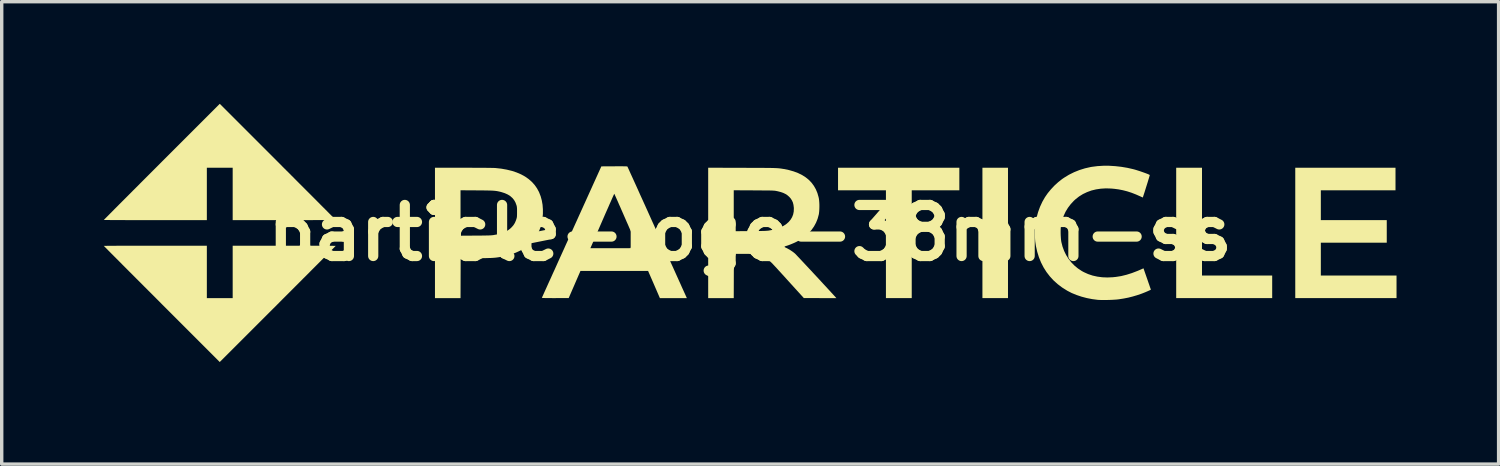
<source format=kicad_pcb>
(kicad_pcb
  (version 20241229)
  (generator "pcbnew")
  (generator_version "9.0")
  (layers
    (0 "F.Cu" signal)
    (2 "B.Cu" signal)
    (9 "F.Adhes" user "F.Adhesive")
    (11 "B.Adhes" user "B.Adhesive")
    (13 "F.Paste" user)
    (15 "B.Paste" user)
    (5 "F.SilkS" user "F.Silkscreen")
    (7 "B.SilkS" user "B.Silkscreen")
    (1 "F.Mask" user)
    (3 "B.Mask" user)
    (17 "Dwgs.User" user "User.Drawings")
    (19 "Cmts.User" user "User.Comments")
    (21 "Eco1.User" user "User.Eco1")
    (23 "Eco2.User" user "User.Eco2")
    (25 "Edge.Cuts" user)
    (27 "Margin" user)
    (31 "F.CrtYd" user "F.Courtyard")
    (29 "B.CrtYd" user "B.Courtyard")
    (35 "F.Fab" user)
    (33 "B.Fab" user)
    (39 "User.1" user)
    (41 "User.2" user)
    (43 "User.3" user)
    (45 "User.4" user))
  (footprint "particle-logo-38mm-ss"
    (layer "F.Cu")
    (at 18.986 3.793)
    (property "Reference" "particle-logo-38mm-ss" (at 0 0 0) (layer "F.SilkS") (effects (font (size 1.5 1.5) (thickness 0.3))))
    (attr board_only exclude_from_pos_files exclude_from_bom)
    (fp_poly (pts (xy 7.578 0) (xy 7.578 1.915) (xy 7.202 1.915) (xy 6.827 1.915) (xy 6.827 0) (xy 6.827 -1.915) (xy 7.202 -1.915) (xy 7.578 -1.915)) (stroke (width 0) (type solid)) (fill yes) (layer "F.SilkS"))
    (fp_poly (pts (xy 13.278 -0.331) (xy 13.278 1.252) (xy 14.309 1.252) (xy 15.34 1.252) (xy 15.34 1.583) (xy 15.34 1.915) (xy 13.93 1.915) (xy 12.52 1.915) (xy 12.52 0) (xy 12.52 -1.915) (xy 12.899 -1.915) (xy 13.278 -1.915)) (stroke (width 0) (type solid)) (fill yes) (layer "F.SilkS"))
    (fp_poly (pts (xy 6.149 -1.583) (xy 6.149 -1.252) (xy 5.45 -1.252) (xy 4.75 -1.252) (xy 4.75 0.331) (xy 4.75 1.915) (xy 4.371 1.915) (xy 3.992 1.915) (xy 3.992 0.331) (xy 3.992 -1.252) (xy 3.288 -1.252) (xy 2.585 -1.252) (xy 2.585 -1.583) (xy 2.585 -1.915) (xy 4.367 -1.915) (xy 6.149 -1.915)) (stroke (width 0) (type solid)) (fill yes) (layer "F.SilkS"))
    (fp_poly (pts (xy 18.963 -1.583) (xy 18.963 -1.252) (xy 17.866 -1.252) (xy 16.769 -1.252) (xy 16.769 -0.814) (xy 16.769 -0.376) (xy 17.737 -0.376) (xy 18.706 -0.376) (xy 18.706 -0.044) (xy 18.706 0.287) (xy 17.737 0.287) (xy 16.769 0.287) (xy 16.769 0.77) (xy 16.769 1.252) (xy 17.881 1.252) (xy 18.993 1.252) (xy 18.993 1.583) (xy 18.993 1.915) (xy 17.505 1.915) (xy 16.018 1.915) (xy 16.018 0) (xy 16.018 -1.915) (xy 17.491 -1.915) (xy 18.963 -1.915)) (stroke (width 0) (type solid)) (fill yes) (layer "F.SilkS"))
    (fp_poly (pts (xy -15.959 1.145) (xy -15.959 1.915) (xy -15.58 1.915) (xy -15.2 1.915) (xy -15.2 1.145) (xy -15.2 0.376) (xy -13.687 0.376) (xy -13.539 0.376) (xy -13.394 0.376) (xy -13.255 0.376) (xy -13.121 0.376) (xy -12.992 0.376) (xy -12.871 0.376) (xy -12.757 0.377) (xy -12.651 0.377) (xy -12.554 0.377) (xy -12.466 0.378) (xy -12.388 0.378) (xy -12.322 0.379) (xy -12.266 0.379) (xy -12.223 0.38) (xy -12.193 0.38) (xy -12.177 0.381) (xy -12.173 0.381) (xy -12.179 0.387) (xy -12.194 0.402) (xy -12.219 0.428) (xy -12.253 0.462) (xy -12.296 0.505) (xy -12.347 0.557) (xy -12.407 0.617) (xy -12.474 0.685) (xy -12.549 0.76) (xy -12.63 0.842) (xy -12.718 0.93) (xy -12.812 1.024) (xy -12.913 1.125) (xy -13.018 1.231) (xy -13.129 1.341) (xy -13.244 1.457) (xy -13.363 1.576) (xy -13.486 1.699) (xy -13.613 1.826) (xy -13.743 1.956) (xy -13.875 2.089) (xy -13.876 2.09) (xy -15.58 3.793) (xy -17.283 2.09) (xy -17.415 1.957) (xy -17.545 1.827) (xy -17.672 1.7) (xy -17.795 1.577) (xy -17.914 1.457) (xy -18.03 1.342) (xy -18.14 1.231) (xy -18.246 1.126) (xy -18.346 1.025) (xy -18.44 0.931) (xy -18.528 0.842) (xy -18.61 0.76) (xy -18.685 0.685) (xy -18.752 0.618) (xy -18.811 0.558) (xy -18.863 0.506) (xy -18.906 0.462) (xy -18.94 0.428) (xy -18.965 0.402) (xy -18.98 0.387) (xy -18.986 0.381) (xy -18.986 0.381) (xy -18.978 0.381) (xy -18.957 0.38) (xy -18.922 0.38) (xy -18.875 0.379) (xy -18.816 0.379) (xy -18.745 0.378) (xy -18.664 0.378) (xy -18.573 0.377) (xy -18.473 0.377) (xy -18.364 0.377) (xy -18.247 0.376) (xy -18.123 0.376) (xy -17.993 0.376) (xy -17.857 0.376) (xy -17.715 0.376) (xy -17.57 0.376) (xy -17.472 0.376) (xy -15.959 0.376)) (stroke (width 0) (type solid)) (fill yes) (layer "F.SilkS"))
    (fp_poly (pts (xy -13.876 -2.09) (xy -13.744 -1.957) (xy -13.614 -1.827) (xy -13.487 -1.7) (xy -13.364 -1.577) (xy -13.245 -1.457) (xy -13.129 -1.342) (xy -13.019 -1.231) (xy -12.913 -1.126) (xy -12.813 -1.025) (xy -12.719 -0.931) (xy -12.631 -0.842) (xy -12.549 -0.76) (xy -12.474 -0.685) (xy -12.407 -0.618) (xy -12.348 -0.558) (xy -12.296 -0.506) (xy -12.253 -0.462) (xy -12.219 -0.428) (xy -12.194 -0.402) (xy -12.179 -0.387) (xy -12.173 -0.381) (xy -12.173 -0.381) (xy -12.181 -0.381) (xy -12.202 -0.38) (xy -12.237 -0.38) (xy -12.284 -0.379) (xy -12.343 -0.379) (xy -12.414 -0.378) (xy -12.495 -0.378) (xy -12.586 -0.377) (xy -12.686 -0.377) (xy -12.795 -0.377) (xy -12.912 -0.376) (xy -13.036 -0.376) (xy -13.166 -0.376) (xy -13.302 -0.376) (xy -13.444 -0.376) (xy -13.589 -0.376) (xy -13.687 -0.376) (xy -15.2 -0.376) (xy -15.2 -1.145) (xy -15.2 -1.915) (xy -15.58 -1.915) (xy -15.959 -1.915) (xy -15.959 -1.145) (xy -15.959 -0.376) (xy -17.472 -0.376) (xy -17.62 -0.376) (xy -17.765 -0.376) (xy -17.904 -0.376) (xy -18.038 -0.376) (xy -18.167 -0.376) (xy -18.288 -0.376) (xy -18.402 -0.377) (xy -18.508 -0.377) (xy -18.605 -0.377) (xy -18.693 -0.378) (xy -18.771 -0.378) (xy -18.837 -0.379) (xy -18.893 -0.379) (xy -18.936 -0.38) (xy -18.966 -0.38) (xy -18.982 -0.381) (xy -18.986 -0.381) (xy -18.98 -0.387) (xy -18.965 -0.402) (xy -18.94 -0.428) (xy -18.906 -0.462) (xy -18.863 -0.505) (xy -18.812 -0.557) (xy -18.752 -0.617) (xy -18.685 -0.685) (xy -18.61 -0.76) (xy -18.529 -0.842) (xy -18.441 -0.93) (xy -18.347 -1.024) (xy -18.246 -1.125) (xy -18.141 -1.231) (xy -18.03 -1.341) (xy -17.915 -1.457) (xy -17.796 -1.576) (xy -17.673 -1.699) (xy -17.546 -1.826) (xy -17.416 -1.956) (xy -17.284 -2.089) (xy -17.283 -2.09) (xy -15.579 -3.793)) (stroke (width 0) (type solid)) (fill yes) (layer "F.SilkS"))
    (fp_poly (pts (xy -8.279 -1.915) (xy -8.148 -1.914) (xy -8.028 -1.914) (xy -7.918 -1.914) (xy -7.819 -1.913) (xy -7.731 -1.912) (xy -7.655 -1.911) (xy -7.592 -1.91) (xy -7.542 -1.909) (xy -7.505 -1.908) (xy -7.485 -1.907) (xy -7.31 -1.888) (xy -7.147 -1.859) (xy -6.995 -1.822) (xy -6.855 -1.775) (xy -6.727 -1.72) (xy -6.61 -1.656) (xy -6.505 -1.582) (xy -6.411 -1.5) (xy -6.329 -1.409) (xy -6.259 -1.309) (xy -6.2 -1.2) (xy -6.154 -1.082) (xy -6.153 -1.081) (xy -6.119 -0.957) (xy -6.096 -0.827) (xy -6.086 -0.693) (xy -6.086 -0.558) (xy -6.098 -0.424) (xy -6.121 -0.293) (xy -6.155 -0.167) (xy -6.201 -0.048) (xy -6.212 -0.023) (xy -6.27 0.082) (xy -6.341 0.183) (xy -6.424 0.277) (xy -6.518 0.363) (xy -6.621 0.441) (xy -6.714 0.499) (xy -6.811 0.548) (xy -6.919 0.594) (xy -7.035 0.634) (xy -7.155 0.668) (xy -7.277 0.696) (xy -7.317 0.703) (xy -7.359 0.71) (xy -7.397 0.716) (xy -7.434 0.721) (xy -7.47 0.726) (xy -7.506 0.729) (xy -7.546 0.732) (xy -7.589 0.735) (xy -7.637 0.737) (xy -7.693 0.738) (xy -7.757 0.74) (xy -7.831 0.741) (xy -7.916 0.742) (xy -8.014 0.743) (xy -8.038 0.743) (xy -8.502 0.747) (xy -8.504 1.331) (xy -8.506 1.915) (xy -8.882 1.915) (xy -9.257 1.915) (xy -9.257 0) (xy -9.257 -1.253) (xy -8.506 -1.253) (xy -8.506 -0.585) (xy -8.506 0.082) (xy -8.062 0.079) (xy -7.969 0.078) (xy -7.889 0.078) (xy -7.821 0.077) (xy -7.763 0.076) (xy -7.715 0.075) (xy -7.675 0.074) (xy -7.641 0.073) (xy -7.612 0.071) (xy -7.588 0.069) (xy -7.565 0.067) (xy -7.544 0.064) (xy -7.523 0.061) (xy -7.521 0.06) (xy -7.41 0.04) (xy -7.313 0.014) (xy -7.227 -0.017) (xy -7.151 -0.054) (xy -7.083 -0.097) (xy -7.022 -0.149) (xy -6.995 -0.176) (xy -6.948 -0.232) (xy -6.911 -0.291) (xy -6.882 -0.357) (xy -6.866 -0.402) (xy -6.859 -0.426) (xy -6.854 -0.446) (xy -6.85 -0.467) (xy -6.848 -0.491) (xy -6.847 -0.52) (xy -6.846 -0.558) (xy -6.846 -0.608) (xy -6.846 -0.611) (xy -6.846 -0.663) (xy -6.846 -0.702) (xy -6.848 -0.733) (xy -6.85 -0.757) (xy -6.853 -0.778) (xy -6.858 -0.799) (xy -6.862 -0.813) (xy -6.892 -0.894) (xy -6.932 -0.965) (xy -6.983 -1.027) (xy -7.045 -1.082) (xy -7.118 -1.128) (xy -7.204 -1.167) (xy -7.303 -1.199) (xy -7.341 -1.209) (xy -7.372 -1.216) (xy -7.401 -1.222) (xy -7.43 -1.228) (xy -7.459 -1.232) (xy -7.49 -1.236) (xy -7.524 -1.239) (xy -7.563 -1.242) (xy -7.608 -1.244) (xy -7.66 -1.245) (xy -7.721 -1.247) (xy -7.792 -1.248) (xy -7.873 -1.249) (xy -7.968 -1.249) (xy -8.033 -1.25) (xy -8.506 -1.253) (xy -9.257 -1.253) (xy -9.257 -1.915) (xy -8.418 -1.915)) (stroke (width 0) (type solid)) (fill yes) (layer "F.SilkS"))
    (fp_poly (pts (xy -3.765 -1.958) (xy -3.715 -1.957) (xy -3.675 -1.957) (xy -3.646 -1.956) (xy -3.625 -1.954) (xy -3.611 -1.953) (xy -3.604 -1.951) (xy -3.603 -1.95) (xy -3.6 -1.942) (xy -3.59 -1.922) (xy -3.575 -1.889) (xy -3.555 -1.845) (xy -3.53 -1.789) (xy -3.5 -1.723) (xy -3.465 -1.647) (xy -3.426 -1.561) (xy -3.383 -1.466) (xy -3.336 -1.363) (xy -3.286 -1.252) (xy -3.233 -1.133) (xy -3.176 -1.008) (xy -3.116 -0.876) (xy -3.054 -0.739) (xy -2.99 -0.597) (xy -2.924 -0.45) (xy -2.856 -0.299) (xy -2.789 -0.151) (xy -2.719 0.005) (xy -2.65 0.158) (xy -2.582 0.308) (xy -2.516 0.455) (xy -2.452 0.597) (xy -2.39 0.733) (xy -2.331 0.865) (xy -2.274 0.99) (xy -2.221 1.108) (xy -2.171 1.219) (xy -2.125 1.321) (xy -2.083 1.415) (xy -2.044 1.5) (xy -2.011 1.575) (xy -1.982 1.639) (xy -1.958 1.692) (xy -1.939 1.733) (xy -1.926 1.763) (xy -1.919 1.777) (xy -1.857 1.915) (xy -2.253 1.915) (xy -2.649 1.915) (xy -2.822 1.515) (xy -2.996 1.116) (xy -3.989 1.116) (xy -4.982 1.116) (xy -5.155 1.515) (xy -5.328 1.914) (xy -5.724 1.915) (xy -5.811 1.915) (xy -5.885 1.914) (xy -5.947 1.914) (xy -5.996 1.914) (xy -6.036 1.913) (xy -6.066 1.912) (xy -6.088 1.911) (xy -6.103 1.91) (xy -6.111 1.908) (xy -6.115 1.906) (xy -6.115 1.904) (xy -6.112 1.897) (xy -6.103 1.876) (xy -6.088 1.844) (xy -6.068 1.799) (xy -6.043 1.743) (xy -6.013 1.677) (xy -5.978 1.6) (xy -5.939 1.513) (xy -5.896 1.418) (xy -5.848 1.314) (xy -5.798 1.201) (xy -5.743 1.082) (xy -5.686 0.955) (xy -5.626 0.821) (xy -5.563 0.682) (xy -5.497 0.537) (xy -5.457 0.449) (xy -4.691 0.449) (xy -3.991 0.449) (xy -3.891 0.449) (xy -3.795 0.449) (xy -3.705 0.449) (xy -3.621 0.448) (xy -3.544 0.448) (xy -3.475 0.447) (xy -3.416 0.447) (xy -3.367 0.446) (xy -3.33 0.445) (xy -3.304 0.445) (xy -3.293 0.444) (xy -3.292 0.444) (xy -3.295 0.436) (xy -3.303 0.415) (xy -3.317 0.383) (xy -3.334 0.341) (xy -3.357 0.29) (xy -3.382 0.23) (xy -3.411 0.163) (xy -3.443 0.09) (xy -3.477 0.011) (xy -3.513 -0.072) (xy -3.551 -0.158) (xy -3.589 -0.247) (xy -3.629 -0.336) (xy -3.668 -0.426) (xy -3.707 -0.515) (xy -3.745 -0.602) (xy -3.782 -0.686) (xy -3.817 -0.767) (xy -3.851 -0.842) (xy -3.881 -0.912) (xy -3.909 -0.974) (xy -3.933 -1.029) (xy -3.954 -1.075) (xy -3.97 -1.111) (xy -3.982 -1.136) (xy -3.988 -1.148) (xy -3.989 -1.15) (xy -3.993 -1.143) (xy -4.002 -1.124) (xy -4.017 -1.092) (xy -4.037 -1.047) (xy -4.062 -0.991) (xy -4.091 -0.924) (xy -4.126 -0.847) (xy -4.164 -0.759) (xy -4.207 -0.662) (xy -4.254 -0.556) (xy -4.304 -0.441) (xy -4.358 -0.317) (xy -4.415 -0.186) (xy -4.475 -0.048) (xy -4.538 0.097) (xy -4.603 0.248) (xy -4.671 0.403) (xy -4.691 0.449) (xy -5.457 0.449) (xy -5.43 0.388) (xy -5.36 0.234) (xy -5.289 0.076) (xy -5.24 -0.031) (xy -4.369 -1.955) (xy -3.99 -1.957) (xy -3.901 -1.958) (xy -3.827 -1.958)) (stroke (width 0) (type solid)) (fill yes) (layer "F.SilkS"))
    (fp_poly (pts (xy 10.551 -1.973) (xy 10.728 -1.962) (xy 10.907 -1.942) (xy 11.086 -1.912) (xy 11.253 -1.874) (xy 11.295 -1.863) (xy 11.343 -1.849) (xy 11.396 -1.832) (xy 11.45 -1.815) (xy 11.505 -1.796) (xy 11.559 -1.777) (xy 11.609 -1.759) (xy 11.654 -1.742) (xy 11.692 -1.727) (xy 11.721 -1.714) (xy 11.738 -1.705) (xy 11.743 -1.701) (xy 11.742 -1.693) (xy 11.736 -1.672) (xy 11.727 -1.639) (xy 11.714 -1.596) (xy 11.698 -1.544) (xy 11.68 -1.484) (xy 11.659 -1.417) (xy 11.636 -1.344) (xy 11.612 -1.267) (xy 11.587 -1.187) (xy 11.56 -1.105) (xy 11.55 -1.074) (xy 11.539 -1.04) (xy 11.475 -1.069) (xy 11.337 -1.13) (xy 11.206 -1.181) (xy 11.079 -1.222) (xy 10.954 -1.254) (xy 10.828 -1.279) (xy 10.698 -1.296) (xy 10.608 -1.304) (xy 10.455 -1.309) (xy 10.307 -1.3) (xy 10.165 -1.279) (xy 10.029 -1.246) (xy 9.901 -1.199) (xy 9.779 -1.141) (xy 9.665 -1.07) (xy 9.56 -0.987) (xy 9.516 -0.947) (xy 9.421 -0.845) (xy 9.339 -0.737) (xy 9.269 -0.622) (xy 9.213 -0.5) (xy 9.17 -0.371) (xy 9.14 -0.236) (xy 9.131 -0.175) (xy 9.127 -0.124) (xy 9.125 -0.064) (xy 9.125 0.003) (xy 9.127 0.071) (xy 9.131 0.138) (xy 9.136 0.2) (xy 9.143 0.252) (xy 9.146 0.268) (xy 9.18 0.402) (xy 9.227 0.529) (xy 9.286 0.65) (xy 9.357 0.762) (xy 9.439 0.866) (xy 9.532 0.961) (xy 9.634 1.045) (xy 9.746 1.119) (xy 9.806 1.152) (xy 9.932 1.209) (xy 10.064 1.253) (xy 10.202 1.284) (xy 10.347 1.303) (xy 10.498 1.309) (xy 10.657 1.302) (xy 10.752 1.292) (xy 10.903 1.268) (xy 11.058 1.23) (xy 11.217 1.18) (xy 11.382 1.117) (xy 11.478 1.076) (xy 11.559 1.04) (xy 11.567 1.063) (xy 11.577 1.093) (xy 11.591 1.133) (xy 11.607 1.179) (xy 11.625 1.23) (xy 11.644 1.285) (xy 11.664 1.342) (xy 11.684 1.4) (xy 11.703 1.456) (xy 11.722 1.509) (xy 11.738 1.556) (xy 11.752 1.598) (xy 11.764 1.631) (xy 11.772 1.654) (xy 11.775 1.666) (xy 11.776 1.667) (xy 11.769 1.671) (xy 11.751 1.681) (xy 11.724 1.693) (xy 11.691 1.708) (xy 11.652 1.725) (xy 11.612 1.742) (xy 11.572 1.758) (xy 11.534 1.773) (xy 11.503 1.785) (xy 11.368 1.831) (xy 11.239 1.869) (xy 11.112 1.901) (xy 10.98 1.927) (xy 10.84 1.949) (xy 10.818 1.952) (xy 10.772 1.957) (xy 10.714 1.961) (xy 10.647 1.965) (xy 10.576 1.968) (xy 10.502 1.97) (xy 10.429 1.971) (xy 10.36 1.971) (xy 10.297 1.97) (xy 10.244 1.968) (xy 10.214 1.966) (xy 10.053 1.945) (xy 9.894 1.914) (xy 9.739 1.873) (xy 9.59 1.823) (xy 9.449 1.765) (xy 9.319 1.698) (xy 9.311 1.693) (xy 9.168 1.603) (xy 9.037 1.504) (xy 8.916 1.395) (xy 8.807 1.276) (xy 8.709 1.149) (xy 8.623 1.013) (xy 8.549 0.868) (xy 8.487 0.716) (xy 8.437 0.555) (xy 8.399 0.387) (xy 8.379 0.258) (xy 8.375 0.212) (xy 8.372 0.155) (xy 8.37 0.09) (xy 8.37 0.021) (xy 8.37 -0.049) (xy 8.372 -0.117) (xy 8.375 -0.18) (xy 8.379 -0.234) (xy 8.383 -0.269) (xy 8.416 -0.442) (xy 8.461 -0.608) (xy 8.519 -0.767) (xy 8.589 -0.918) (xy 8.664 -1.049) (xy 8.745 -1.166) (xy 8.839 -1.28) (xy 8.942 -1.39) (xy 9.053 -1.491) (xy 9.169 -1.583) (xy 9.228 -1.623) (xy 9.369 -1.709) (xy 9.52 -1.784) (xy 9.677 -1.847) (xy 9.841 -1.898) (xy 10.008 -1.936) (xy 10.052 -1.943) (xy 10.211 -1.963) (xy 10.378 -1.973)) (stroke (width 0) (type solid)) (fill yes) (layer "F.SilkS"))
    (fp_poly (pts (xy -0.226 -1.913) (xy -0.083 -1.912) (xy 0.046 -1.912) (xy 0.162 -1.911) (xy 0.266 -1.911) (xy 0.359 -1.911) (xy 0.441 -1.91) (xy 0.514 -1.909) (xy 0.578 -1.909) (xy 0.634 -1.908) (xy 0.683 -1.907) (xy 0.725 -1.905) (xy 0.763 -1.904) (xy 0.795 -1.902) (xy 0.825 -1.9) (xy 0.851 -1.898) (xy 0.875 -1.895) (xy 0.899 -1.892) (xy 0.922 -1.889) (xy 0.945 -1.885) (xy 0.971 -1.881) (xy 0.991 -1.878) (xy 1.142 -1.847) (xy 1.282 -1.807) (xy 1.41 -1.759) (xy 1.527 -1.701) (xy 1.632 -1.635) (xy 1.725 -1.56) (xy 1.806 -1.476) (xy 1.875 -1.383) (xy 1.933 -1.281) (xy 1.979 -1.171) (xy 2.013 -1.052) (xy 2.023 -1.005) (xy 2.029 -0.956) (xy 2.034 -0.896) (xy 2.037 -0.83) (xy 2.037 -0.761) (xy 2.035 -0.693) (xy 2.031 -0.63) (xy 2.025 -0.575) (xy 2.019 -0.54) (xy 1.985 -0.416) (xy 1.938 -0.299) (xy 1.878 -0.189) (xy 1.806 -0.087) (xy 1.721 0.008) (xy 1.623 0.095) (xy 1.513 0.175) (xy 1.391 0.247) (xy 1.358 0.264) (xy 1.303 0.29) (xy 1.24 0.317) (xy 1.176 0.343) (xy 1.115 0.366) (xy 1.061 0.383) (xy 1.06 0.383) (xy 1.033 0.392) (xy 1.012 0.399) (xy 1 0.403) (xy 0.999 0.403) (xy 1.002 0.408) (xy 1.017 0.417) (xy 1.04 0.429) (xy 1.067 0.442) (xy 1.163 0.493) (xy 1.253 0.553) (xy 1.314 0.601) (xy 1.324 0.61) (xy 1.343 0.629) (xy 1.37 0.658) (xy 1.405 0.695) (xy 1.447 0.739) (xy 1.495 0.79) (xy 1.548 0.847) (xy 1.606 0.909) (xy 1.668 0.975) (xy 1.733 1.045) (xy 1.801 1.117) (xy 1.869 1.191) (xy 1.939 1.266) (xy 2.009 1.341) (xy 2.078 1.416) (xy 2.145 1.489) (xy 2.21 1.559) (xy 2.272 1.626) (xy 2.331 1.69) (xy 2.384 1.748) (xy 2.433 1.801) (xy 2.475 1.847) (xy 2.511 1.887) (xy 2.521 1.898) (xy 2.536 1.915) (xy 2.058 1.915) (xy 1.58 1.914) (xy 1.145 1.435) (xy 1.079 1.362) (xy 1.014 1.29) (xy 0.952 1.222) (xy 0.893 1.157) (xy 0.838 1.098) (xy 0.789 1.043) (xy 0.745 0.996) (xy 0.708 0.956) (xy 0.678 0.924) (xy 0.657 0.901) (xy 0.648 0.892) (xy 0.564 0.814) (xy 0.478 0.751) (xy 0.39 0.7) (xy 0.298 0.662) (xy 0.2 0.635) (xy 0.144 0.625) (xy 0.114 0.622) (xy 0.074 0.62) (xy 0.02 0.618) (xy -0.046 0.616) (xy -0.126 0.616) (xy -0.199 0.615) (xy -0.475 0.615) (xy -0.477 1.265) (xy -0.479 1.915) (xy -0.854 1.915) (xy -1.23 1.915) (xy -1.23 -0.000296) (xy -1.23 -1.253) (xy -0.479 -1.253) (xy -0.479 -0.652) (xy -0.479 -0.05) (xy -0.006 -0.054) (xy 0.096 -0.054) (xy 0.183 -0.055) (xy 0.259 -0.056) (xy 0.323 -0.057) (xy 0.377 -0.058) (xy 0.422 -0.059) (xy 0.459 -0.061) (xy 0.489 -0.063) (xy 0.515 -0.065) (xy 0.536 -0.067) (xy 0.545 -0.068) (xy 0.673 -0.092) (xy 0.788 -0.123) (xy 0.893 -0.162) (xy 0.986 -0.209) (xy 1.066 -0.262) (xy 1.135 -0.322) (xy 1.191 -0.389) (xy 1.235 -0.462) (xy 1.266 -0.541) (xy 1.283 -0.626) (xy 1.287 -0.717) (xy 1.286 -0.742) (xy 1.276 -0.823) (xy 1.258 -0.895) (xy 1.229 -0.958) (xy 1.19 -1.017) (xy 1.15 -1.061) (xy 1.099 -1.106) (xy 1.042 -1.143) (xy 0.977 -1.175) (xy 0.902 -1.201) (xy 0.816 -1.223) (xy 0.777 -1.231) (xy 0.762 -1.234) (xy 0.746 -1.237) (xy 0.73 -1.239) (xy 0.712 -1.241) (xy 0.691 -1.242) (xy 0.666 -1.244) (xy 0.635 -1.245) (xy 0.598 -1.246) (xy 0.553 -1.247) (xy 0.5 -1.247) (xy 0.437 -1.248) (xy 0.364 -1.248) (xy 0.278 -1.249) (xy 0.18 -1.25) (xy 0.109 -1.25) (xy -0.479 -1.253) (xy -1.23 -1.253) (xy -1.23 -1.915)) (stroke (width 0) (type solid)) (fill yes) (layer "F.SilkS")))
  (gr_rect
    (start -3 -3)
    (end 40.978 10.585)
    (stroke (width 0.1) (type default))
    (fill no)
    (layer "Edge.Cuts")))
</source>
